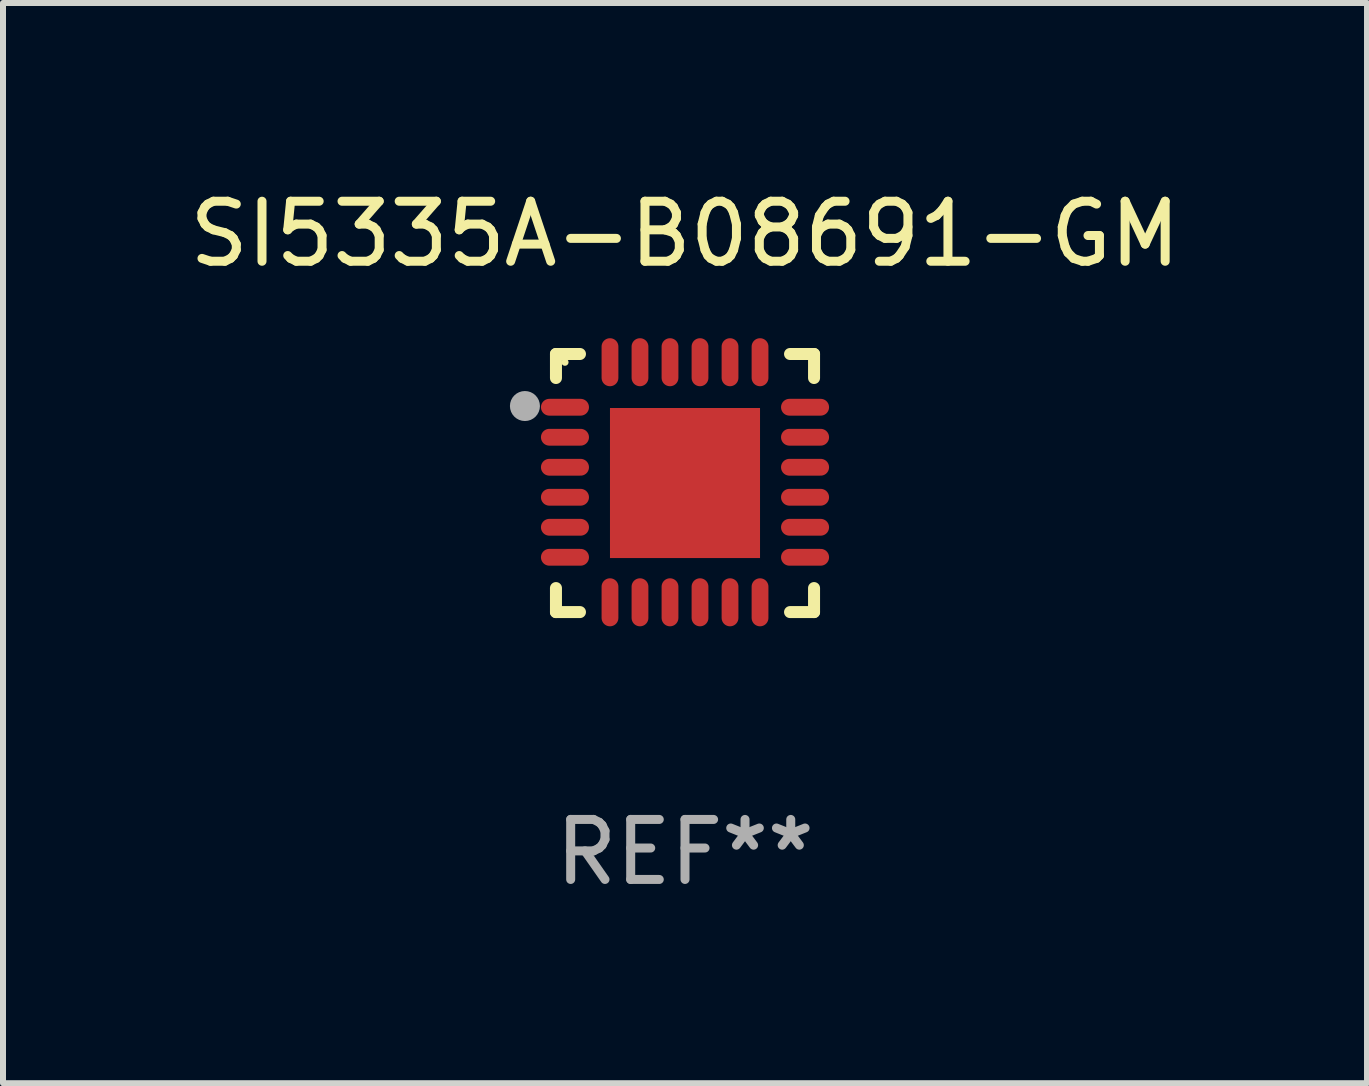
<source format=kicad_pcb>
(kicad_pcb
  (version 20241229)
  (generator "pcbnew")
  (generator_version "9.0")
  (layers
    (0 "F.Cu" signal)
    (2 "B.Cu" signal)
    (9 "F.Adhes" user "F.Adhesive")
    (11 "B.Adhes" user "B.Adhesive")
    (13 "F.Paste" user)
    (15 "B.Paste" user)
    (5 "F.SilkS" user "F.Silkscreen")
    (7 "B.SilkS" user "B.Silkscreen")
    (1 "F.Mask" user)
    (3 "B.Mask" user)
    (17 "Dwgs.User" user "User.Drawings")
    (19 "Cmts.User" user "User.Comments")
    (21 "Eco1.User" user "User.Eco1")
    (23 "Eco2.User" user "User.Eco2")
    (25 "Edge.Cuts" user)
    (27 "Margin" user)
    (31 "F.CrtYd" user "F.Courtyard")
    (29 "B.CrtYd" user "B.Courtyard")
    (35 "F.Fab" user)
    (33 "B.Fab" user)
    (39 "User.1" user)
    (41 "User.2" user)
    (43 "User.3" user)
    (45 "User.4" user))
  (footprint "SI5335A-B08691-GM"
    (layer "F.Cu")
    (at 8.363 4.998)
    (property "Reference" "SI5335A-B08691-GM" (at 0 -4.15 0) (layer "F.SilkS") (effects (font (size 1 1) (thickness 0.15))))
    (attr through_hole)
    (fp_line (start -2.15 -2.15) (end -1.75 -2.15) (stroke (width 0.2) (type solid)) (layer "F.SilkS"))
    (fp_line (start -2.15 -1.75) (end -2.15 -2.15) (stroke (width 0.2) (type solid)) (layer "F.SilkS"))
    (fp_line (start -2.15 2.15) (end -2.15 1.75) (stroke (width 0.2) (type solid)) (layer "F.SilkS"))
    (fp_line (start -1.75 2.15) (end -2.15 2.15) (stroke (width 0.2) (type solid)) (layer "F.SilkS"))
    (fp_line (start 1.75 -2.15) (end 2.15 -2.15) (stroke (width 0.2) (type solid)) (layer "F.SilkS"))
    (fp_line (start 1.75 2.15) (end 2.15 2.15) (stroke (width 0.2) (type solid)) (layer "F.SilkS"))
    (fp_line (start 2.15 -2.15) (end 2.15 -1.75) (stroke (width 0.2) (type solid)) (layer "F.SilkS"))
    (fp_line (start 2.15 2.15) (end 2.15 1.75) (stroke (width 0.2) (type solid)) (layer "F.SilkS"))
    (fp_circle (center -2 -2.013) (end -1.97 -2.013) (stroke (width 0.06) (type solid)) (fill no) (layer "F.SilkS"))
    (fp_circle (center -2.667 -1.283) (end -2.542 -1.283) (stroke (width 0.25) (type solid)) (fill no) (layer "F.Fab"))
    (fp_text user "REF**" (at 0 6.15 0) (layer "F.Fab") (effects (font (size 1 1) (thickness 0.15))))
    (pad "1" smd oval (at -2 -1.263) (size 0.8 0.28) (layers "F.Cu" "F.Mask" "F.Paste"))
    (pad "2" smd oval (at -2 -0.763) (size 0.8 0.28) (layers "F.Cu" "F.Mask" "F.Paste"))
    (pad "3" smd oval (at -2 -0.263) (size 0.8 0.28) (layers "F.Cu" "F.Mask" "F.Paste"))
    (pad "4" smd oval (at -2 0.237) (size 0.8 0.28) (layers "F.Cu" "F.Mask" "F.Paste"))
    (pad "5" smd oval (at -2 0.737) (size 0.8 0.28) (layers "F.Cu" "F.Mask" "F.Paste"))
    (pad "6" smd oval (at -2 1.237) (size 0.8 0.28) (layers "F.Cu" "F.Mask" "F.Paste"))
    (pad "7" smd oval (at -1.25 1.987) (size 0.28 0.8) (layers "F.Cu" "F.Mask" "F.Paste"))
    (pad "8" smd oval (at -0.75 1.987) (size 0.28 0.8) (layers "F.Cu" "F.Mask" "F.Paste"))
    (pad "9" smd oval (at -0.25 1.987) (size 0.28 0.8) (layers "F.Cu" "F.Mask" "F.Paste"))
    (pad "10" smd oval (at 0.25 1.987) (size 0.28 0.8) (layers "F.Cu" "F.Mask" "F.Paste"))
    (pad "11" smd oval (at 0.75 1.987) (size 0.28 0.8) (layers "F.Cu" "F.Mask" "F.Paste"))
    (pad "12" smd oval (at 1.25 1.987) (size 0.28 0.8) (layers "F.Cu" "F.Mask" "F.Paste"))
    (pad "13" smd oval (at 2 1.237) (size 0.8 0.28) (layers "F.Cu" "F.Mask" "F.Paste"))
    (pad "14" smd oval (at 2 0.737) (size 0.8 0.28) (layers "F.Cu" "F.Mask" "F.Paste"))
    (pad "15" smd oval (at 2 0.237) (size 0.8 0.28) (layers "F.Cu" "F.Mask" "F.Paste"))
    (pad "16" smd oval (at 2 -0.263) (size 0.8 0.28) (layers "F.Cu" "F.Mask" "F.Paste"))
    (pad "17" smd oval (at 2 -0.763) (size 0.8 0.28) (layers "F.Cu" "F.Mask" "F.Paste"))
    (pad "18" smd oval (at 2 -1.263) (size 0.8 0.28) (layers "F.Cu" "F.Mask" "F.Paste"))
    (pad "19" smd oval (at 1.25 -2.013) (size 0.28 0.8) (layers "F.Cu" "F.Mask" "F.Paste"))
    (pad "20" smd oval (at 0.75 -2.013) (size 0.28 0.8) (layers "F.Cu" "F.Mask" "F.Paste"))
    (pad "21" smd oval (at 0.25 -2.013) (size 0.28 0.8) (layers "F.Cu" "F.Mask" "F.Paste"))
    (pad "22" smd oval (at -0.25 -2.013) (size 0.28 0.8) (layers "F.Cu" "F.Mask" "F.Paste"))
    (pad "23" smd oval (at -0.75 -2.013) (size 0.28 0.8) (layers "F.Cu" "F.Mask" "F.Paste"))
    (pad "24" smd oval (at -1.25 -2.013) (size 0.28 0.8) (layers "F.Cu" "F.Mask" "F.Paste"))
    (pad "25" smd rect (at -0.000127 -0.00014) (size 2.5 2.5) (layers "F.Cu" "F.Mask" "F.Paste")))
  (gr_rect
    (start -3 -3)
    (end 19.726 14.997)
    (stroke (width 0.1) (type default))
    (fill no)
    (layer "Edge.Cuts")))
</source>
